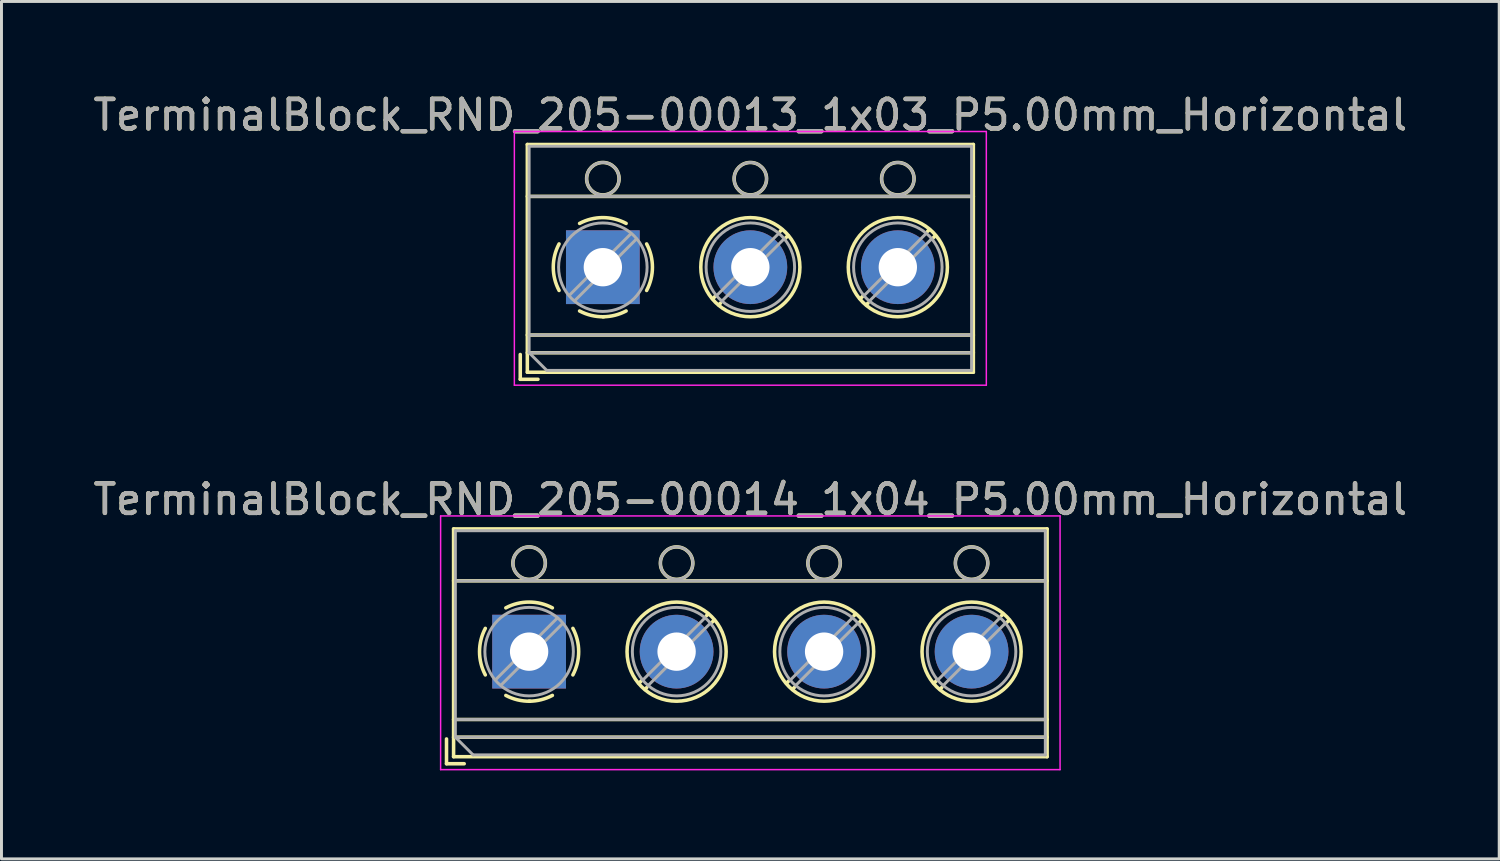
<source format=kicad_pcb>
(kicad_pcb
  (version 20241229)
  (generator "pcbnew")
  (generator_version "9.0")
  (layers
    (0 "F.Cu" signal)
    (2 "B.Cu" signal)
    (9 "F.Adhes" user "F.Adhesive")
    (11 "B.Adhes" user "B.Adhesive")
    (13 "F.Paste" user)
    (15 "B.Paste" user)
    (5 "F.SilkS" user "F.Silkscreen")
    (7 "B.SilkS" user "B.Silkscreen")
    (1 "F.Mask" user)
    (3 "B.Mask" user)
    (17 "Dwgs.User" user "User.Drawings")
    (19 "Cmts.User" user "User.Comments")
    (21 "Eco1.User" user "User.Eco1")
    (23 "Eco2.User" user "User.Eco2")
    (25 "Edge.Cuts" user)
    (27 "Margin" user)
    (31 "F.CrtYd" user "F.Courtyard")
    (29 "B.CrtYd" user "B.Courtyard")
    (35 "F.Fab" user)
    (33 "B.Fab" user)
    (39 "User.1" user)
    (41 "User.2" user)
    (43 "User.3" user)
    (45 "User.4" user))
  (footprint "TerminalBlock_RND_205-00013_1x03_P5.00mm_Horizontal"
    (layer "F.Cu")
    (at 17.387 6.008)
    (property "Reference" "TerminalBlock_RND_205-00013_1x03_P5.00mm_Horizontal" (at 5 -5.16 0) (layer "F.SilkS") (effects (font (size 1 1) (thickness 0.15))))
    (attr through_hole)
    (fp_line (start -2.8 2.96) (end -2.8 3.8) (stroke (width 0.12) (type solid)) (layer "F.SilkS"))
    (fp_line (start -2.8 3.8) (end -2.2 3.8) (stroke (width 0.12) (type solid)) (layer "F.SilkS"))
    (fp_line (start -2.56 -4.16) (end -2.56 3.561) (stroke (width 0.12) (type solid)) (layer "F.SilkS"))
    (fp_line (start -2.56 -4.16) (end 12.56 -4.16) (stroke (width 0.12) (type solid)) (layer "F.SilkS"))
    (fp_line (start -2.56 -2.4) (end 12.56 -2.4) (stroke (width 0.12) (type solid)) (layer "F.SilkS"))
    (fp_line (start -2.56 2.3) (end 12.56 2.3) (stroke (width 0.12) (type solid)) (layer "F.SilkS"))
    (fp_line (start -2.56 2.9) (end 12.56 2.9) (stroke (width 0.12) (type solid)) (layer "F.SilkS"))
    (fp_line (start -2.56 3.561) (end 12.56 3.561) (stroke (width 0.12) (type solid)) (layer "F.SilkS"))
    (fp_line (start 3.82 0.976) (end 3.726 1.069) (stroke (width 0.12) (type solid)) (layer "F.SilkS"))
    (fp_line (start 3.99 1.216) (end 3.931 1.274) (stroke (width 0.12) (type solid)) (layer "F.SilkS"))
    (fp_line (start 6.07 -1.275) (end 6.011 -1.216) (stroke (width 0.12) (type solid)) (layer "F.SilkS"))
    (fp_line (start 6.275 -1.069) (end 6.181 -0.976) (stroke (width 0.12) (type solid)) (layer "F.SilkS"))
    (fp_line (start 8.82 0.976) (end 8.726 1.069) (stroke (width 0.12) (type solid)) (layer "F.SilkS"))
    (fp_line (start 8.99 1.216) (end 8.931 1.274) (stroke (width 0.12) (type solid)) (layer "F.SilkS"))
    (fp_line (start 11.07 -1.275) (end 11.011 -1.216) (stroke (width 0.12) (type solid)) (layer "F.SilkS"))
    (fp_line (start 11.275 -1.069) (end 11.181 -0.976) (stroke (width 0.12) (type solid)) (layer "F.SilkS"))
    (fp_line (start 12.56 -4.16) (end 12.56 3.561) (stroke (width 0.12) (type solid)) (layer "F.SilkS"))
    (fp_arc (start -1.483953 0.789089) (mid -1.680708 0.00005) (end -1.484 -0.789) (stroke (width 0.12) (type solid)) (layer "F.SilkS"))
    (fp_arc (start -0.789089 -1.483953) (mid -0.00005 -1.680708) (end 0.789 -1.484) (stroke (width 0.12) (type solid)) (layer "F.SilkS"))
    (fp_arc (start 0.029383 1.68045) (mid -0.392304 1.634281) (end -0.789 1.484) (stroke (width 0.12) (type solid)) (layer "F.SilkS"))
    (fp_arc (start 0.788712 1.483352) (mid 0.406429 1.630097) (end 0 1.68) (stroke (width 0.12) (type solid)) (layer "F.SilkS"))
    (fp_arc (start 1.483953 -0.789089) (mid 1.680708 -0.00005) (end 1.484 0.789) (stroke (width 0.12) (type solid)) (layer "F.SilkS"))
    (fp_circle (center 0 -3) (end 0.55 -3) (stroke (width 0.12) (type solid)) (fill no) (layer "F.SilkS"))
    (fp_circle (center 5 -3) (end 5.55 -3) (stroke (width 0.12) (type solid)) (fill no) (layer "F.SilkS"))
    (fp_circle (center 5 0) (end 6.68 0) (stroke (width 0.12) (type solid)) (fill no) (layer "F.SilkS"))
    (fp_circle (center 10 -3) (end 10.55 -3) (stroke (width 0.12) (type solid)) (fill no) (layer "F.SilkS"))
    (fp_circle (center 10 0) (end 11.68 0) (stroke (width 0.12) (type solid)) (fill no) (layer "F.SilkS"))
    (fp_line (start -3 -4.6) (end -3 4) (stroke (width 0.05) (type solid)) (layer "F.CrtYd"))
    (fp_line (start -3 4) (end 13 4) (stroke (width 0.05) (type solid)) (layer "F.CrtYd"))
    (fp_line (start 13 -4.6) (end -3 -4.6) (stroke (width 0.05) (type solid)) (layer "F.CrtYd"))
    (fp_line (start 13 4) (end 13 -4.6) (stroke (width 0.05) (type solid)) (layer "F.CrtYd"))
    (fp_line (start -2.5 -4.1) (end 12.5 -4.1) (stroke (width 0.1) (type solid)) (layer "F.Fab"))
    (fp_line (start -2.5 -2.4) (end 12.5 -2.4) (stroke (width 0.1) (type solid)) (layer "F.Fab"))
    (fp_line (start -2.5 2.3) (end 12.5 2.3) (stroke (width 0.1) (type solid)) (layer "F.Fab"))
    (fp_line (start -2.5 2.9) (end -2.5 -4.1) (stroke (width 0.1) (type solid)) (layer "F.Fab"))
    (fp_line (start -2.5 2.9) (end 12.5 2.9) (stroke (width 0.1) (type solid)) (layer "F.Fab"))
    (fp_line (start -1.9 3.5) (end -2.5 2.9) (stroke (width 0.1) (type solid)) (layer "F.Fab"))
    (fp_line (start 0.955 -1.138) (end -1.138 0.955) (stroke (width 0.1) (type solid)) (layer "F.Fab"))
    (fp_line (start 1.138 -0.955) (end -0.955 1.138) (stroke (width 0.1) (type solid)) (layer "F.Fab"))
    (fp_line (start 5.955 -1.138) (end 3.863 0.955) (stroke (width 0.1) (type solid)) (layer "F.Fab"))
    (fp_line (start 6.138 -0.955) (end 4.046 1.138) (stroke (width 0.1) (type solid)) (layer "F.Fab"))
    (fp_line (start 10.955 -1.138) (end 8.863 0.955) (stroke (width 0.1) (type solid)) (layer "F.Fab"))
    (fp_line (start 11.138 -0.955) (end 9.046 1.138) (stroke (width 0.1) (type solid)) (layer "F.Fab"))
    (fp_line (start 12.5 -4.1) (end 12.5 3.5) (stroke (width 0.1) (type solid)) (layer "F.Fab"))
    (fp_line (start 12.5 3.5) (end -1.9 3.5) (stroke (width 0.1) (type solid)) (layer "F.Fab"))
    (fp_circle (center 0 -3) (end 0.55 -3) (stroke (width 0.1) (type solid)) (fill no) (layer "F.Fab"))
    (fp_circle (center 0 0) (end 1.5 0) (stroke (width 0.1) (type solid)) (fill no) (layer "F.Fab"))
    (fp_circle (center 5 -3) (end 5.55 -3) (stroke (width 0.1) (type solid)) (fill no) (layer "F.Fab"))
    (fp_circle (center 5 0) (end 6.5 0) (stroke (width 0.1) (type solid)) (fill no) (layer "F.Fab"))
    (fp_circle (center 10 -3) (end 10.55 -3) (stroke (width 0.1) (type solid)) (fill no) (layer "F.Fab"))
    (fp_circle (center 10 0) (end 11.5 0) (stroke (width 0.1) (type solid)) (fill no) (layer "F.Fab"))
    (fp_text user "${REFERENCE}" (at 5 -5.16 0) (layer "F.Fab") (effects (font (size 1 1) (thickness 0.15))))
    (pad "1" thru_hole rect (at 0 0) (size 2.5 2.5) (drill 1.3) (layers "*.Cu" "*.Mask"))
    (pad "2" thru_hole circle (at 5 0) (size 2.5 2.5) (drill 1.3) (layers "*.Cu" "*.Mask"))
    (pad "3" thru_hole circle (at 10 0) (size 2.5 2.5) (drill 1.3) (layers "*.Cu" "*.Mask")))
  (footprint "TerminalBlock_RND_205-00014_1x04_P5.00mm_Horizontal"
    (layer "F.Cu")
    (at 14.887 19.041)
    (property "Reference" "TerminalBlock_RND_205-00014_1x04_P5.00mm_Horizontal" (at 7.5 -5.16 0) (layer "F.SilkS") (effects (font (size 1 1) (thickness 0.15))))
    (attr through_hole)
    (fp_line (start -2.8 2.96) (end -2.8 3.8) (stroke (width 0.12) (type solid)) (layer "F.SilkS"))
    (fp_line (start -2.8 3.8) (end -2.2 3.8) (stroke (width 0.12) (type solid)) (layer "F.SilkS"))
    (fp_line (start -2.56 -4.16) (end -2.56 3.561) (stroke (width 0.12) (type solid)) (layer "F.SilkS"))
    (fp_line (start -2.56 -4.16) (end 17.561 -4.16) (stroke (width 0.12) (type solid)) (layer "F.SilkS"))
    (fp_line (start -2.56 -2.4) (end 17.561 -2.4) (stroke (width 0.12) (type solid)) (layer "F.SilkS"))
    (fp_line (start -2.56 2.3) (end 17.561 2.3) (stroke (width 0.12) (type solid)) (layer "F.SilkS"))
    (fp_line (start -2.56 2.9) (end 17.561 2.9) (stroke (width 0.12) (type solid)) (layer "F.SilkS"))
    (fp_line (start -2.56 3.561) (end 17.561 3.561) (stroke (width 0.12) (type solid)) (layer "F.SilkS"))
    (fp_line (start 3.82 0.976) (end 3.726 1.069) (stroke (width 0.12) (type solid)) (layer "F.SilkS"))
    (fp_line (start 3.99 1.216) (end 3.931 1.274) (stroke (width 0.12) (type solid)) (layer "F.SilkS"))
    (fp_line (start 6.07 -1.275) (end 6.011 -1.216) (stroke (width 0.12) (type solid)) (layer "F.SilkS"))
    (fp_line (start 6.275 -1.069) (end 6.181 -0.976) (stroke (width 0.12) (type solid)) (layer "F.SilkS"))
    (fp_line (start 8.82 0.976) (end 8.726 1.069) (stroke (width 0.12) (type solid)) (layer "F.SilkS"))
    (fp_line (start 8.99 1.216) (end 8.931 1.274) (stroke (width 0.12) (type solid)) (layer "F.SilkS"))
    (fp_line (start 11.07 -1.275) (end 11.011 -1.216) (stroke (width 0.12) (type solid)) (layer "F.SilkS"))
    (fp_line (start 11.275 -1.069) (end 11.181 -0.976) (stroke (width 0.12) (type solid)) (layer "F.SilkS"))
    (fp_line (start 13.82 0.976) (end 13.726 1.069) (stroke (width 0.12) (type solid)) (layer "F.SilkS"))
    (fp_line (start 13.99 1.216) (end 13.931 1.274) (stroke (width 0.12) (type solid)) (layer "F.SilkS"))
    (fp_line (start 16.07 -1.275) (end 16.011 -1.216) (stroke (width 0.12) (type solid)) (layer "F.SilkS"))
    (fp_line (start 16.275 -1.069) (end 16.181 -0.976) (stroke (width 0.12) (type solid)) (layer "F.SilkS"))
    (fp_line (start 17.561 -4.16) (end 17.561 3.561) (stroke (width 0.12) (type solid)) (layer "F.SilkS"))
    (fp_arc (start -1.483953 0.789089) (mid -1.680708 0.00005) (end -1.484 -0.789) (stroke (width 0.12) (type solid)) (layer "F.SilkS"))
    (fp_arc (start -0.789089 -1.483953) (mid -0.00005 -1.680708) (end 0.789 -1.484) (stroke (width 0.12) (type solid)) (layer "F.SilkS"))
    (fp_arc (start 0.029383 1.68045) (mid -0.392304 1.634281) (end -0.789 1.484) (stroke (width 0.12) (type solid)) (layer "F.SilkS"))
    (fp_arc (start 0.788712 1.483352) (mid 0.406429 1.630097) (end 0 1.68) (stroke (width 0.12) (type solid)) (layer "F.SilkS"))
    (fp_arc (start 1.483953 -0.789089) (mid 1.680708 -0.00005) (end 1.484 0.789) (stroke (width 0.12) (type solid)) (layer "F.SilkS"))
    (fp_circle (center 0 -3) (end 0.55 -3) (stroke (width 0.12) (type solid)) (fill no) (layer "F.SilkS"))
    (fp_circle (center 5 -3) (end 5.55 -3) (stroke (width 0.12) (type solid)) (fill no) (layer "F.SilkS"))
    (fp_circle (center 5 0) (end 6.68 0) (stroke (width 0.12) (type solid)) (fill no) (layer "F.SilkS"))
    (fp_circle (center 10 -3) (end 10.55 -3) (stroke (width 0.12) (type solid)) (fill no) (layer "F.SilkS"))
    (fp_circle (center 10 0) (end 11.68 0) (stroke (width 0.12) (type solid)) (fill no) (layer "F.SilkS"))
    (fp_circle (center 15 -3) (end 15.55 -3) (stroke (width 0.12) (type solid)) (fill no) (layer "F.SilkS"))
    (fp_circle (center 15 0) (end 16.68 0) (stroke (width 0.12) (type solid)) (fill no) (layer "F.SilkS"))
    (fp_line (start -3 -4.6) (end -3 4) (stroke (width 0.05) (type solid)) (layer "F.CrtYd"))
    (fp_line (start -3 4) (end 18 4) (stroke (width 0.05) (type solid)) (layer "F.CrtYd"))
    (fp_line (start 18 -4.6) (end -3 -4.6) (stroke (width 0.05) (type solid)) (layer "F.CrtYd"))
    (fp_line (start 18 4) (end 18 -4.6) (stroke (width 0.05) (type solid)) (layer "F.CrtYd"))
    (fp_line (start -2.5 -4.1) (end 17.5 -4.1) (stroke (width 0.1) (type solid)) (layer "F.Fab"))
    (fp_line (start -2.5 -2.4) (end 17.5 -2.4) (stroke (width 0.1) (type solid)) (layer "F.Fab"))
    (fp_line (start -2.5 2.3) (end 17.5 2.3) (stroke (width 0.1) (type solid)) (layer "F.Fab"))
    (fp_line (start -2.5 2.9) (end -2.5 -4.1) (stroke (width 0.1) (type solid)) (layer "F.Fab"))
    (fp_line (start -2.5 2.9) (end 17.5 2.9) (stroke (width 0.1) (type solid)) (layer "F.Fab"))
    (fp_line (start -1.9 3.5) (end -2.5 2.9) (stroke (width 0.1) (type solid)) (layer "F.Fab"))
    (fp_line (start 0.955 -1.138) (end -1.138 0.955) (stroke (width 0.1) (type solid)) (layer "F.Fab"))
    (fp_line (start 1.138 -0.955) (end -0.955 1.138) (stroke (width 0.1) (type solid)) (layer "F.Fab"))
    (fp_line (start 5.955 -1.138) (end 3.863 0.955) (stroke (width 0.1) (type solid)) (layer "F.Fab"))
    (fp_line (start 6.138 -0.955) (end 4.046 1.138) (stroke (width 0.1) (type solid)) (layer "F.Fab"))
    (fp_line (start 10.955 -1.138) (end 8.863 0.955) (stroke (width 0.1) (type solid)) (layer "F.Fab"))
    (fp_line (start 11.138 -0.955) (end 9.046 1.138) (stroke (width 0.1) (type solid)) (layer "F.Fab"))
    (fp_line (start 15.955 -1.138) (end 13.863 0.955) (stroke (width 0.1) (type solid)) (layer "F.Fab"))
    (fp_line (start 16.138 -0.955) (end 14.046 1.138) (stroke (width 0.1) (type solid)) (layer "F.Fab"))
    (fp_line (start 17.5 -4.1) (end 17.5 3.5) (stroke (width 0.1) (type solid)) (layer "F.Fab"))
    (fp_line (start 17.5 3.5) (end -1.9 3.5) (stroke (width 0.1) (type solid)) (layer "F.Fab"))
    (fp_circle (center 0 -3) (end 0.55 -3) (stroke (width 0.1) (type solid)) (fill no) (layer "F.Fab"))
    (fp_circle (center 0 0) (end 1.5 0) (stroke (width 0.1) (type solid)) (fill no) (layer "F.Fab"))
    (fp_circle (center 5 -3) (end 5.55 -3) (stroke (width 0.1) (type solid)) (fill no) (layer "F.Fab"))
    (fp_circle (center 5 0) (end 6.5 0) (stroke (width 0.1) (type solid)) (fill no) (layer "F.Fab"))
    (fp_circle (center 10 -3) (end 10.55 -3) (stroke (width 0.1) (type solid)) (fill no) (layer "F.Fab"))
    (fp_circle (center 10 0) (end 11.5 0) (stroke (width 0.1) (type solid)) (fill no) (layer "F.Fab"))
    (fp_circle (center 15 -3) (end 15.55 -3) (stroke (width 0.1) (type solid)) (fill no) (layer "F.Fab"))
    (fp_circle (center 15 0) (end 16.5 0) (stroke (width 0.1) (type solid)) (fill no) (layer "F.Fab"))
    (fp_text user "${REFERENCE}" (at 7.5 -5.16 0) (layer "F.Fab") (effects (font (size 1 1) (thickness 0.15))))
    (pad "1" thru_hole rect (at 0 0) (size 2.5 2.5) (drill 1.3) (layers "*.Cu" "*.Mask"))
    (pad "2" thru_hole circle (at 5 0) (size 2.5 2.5) (drill 1.3) (layers "*.Cu" "*.Mask"))
    (pad "3" thru_hole circle (at 10 0) (size 2.5 2.5) (drill 1.3) (layers "*.Cu" "*.Mask"))
    (pad "4" thru_hole circle (at 15 0) (size 2.5 2.5) (drill 1.3) (layers "*.Cu" "*.Mask")))
  (gr_rect
    (start -3 -3)
    (end 47.774 26.067)
    (stroke (width 0.1) (type default))
    (fill no)
    (layer "Edge.Cuts")))
</source>
